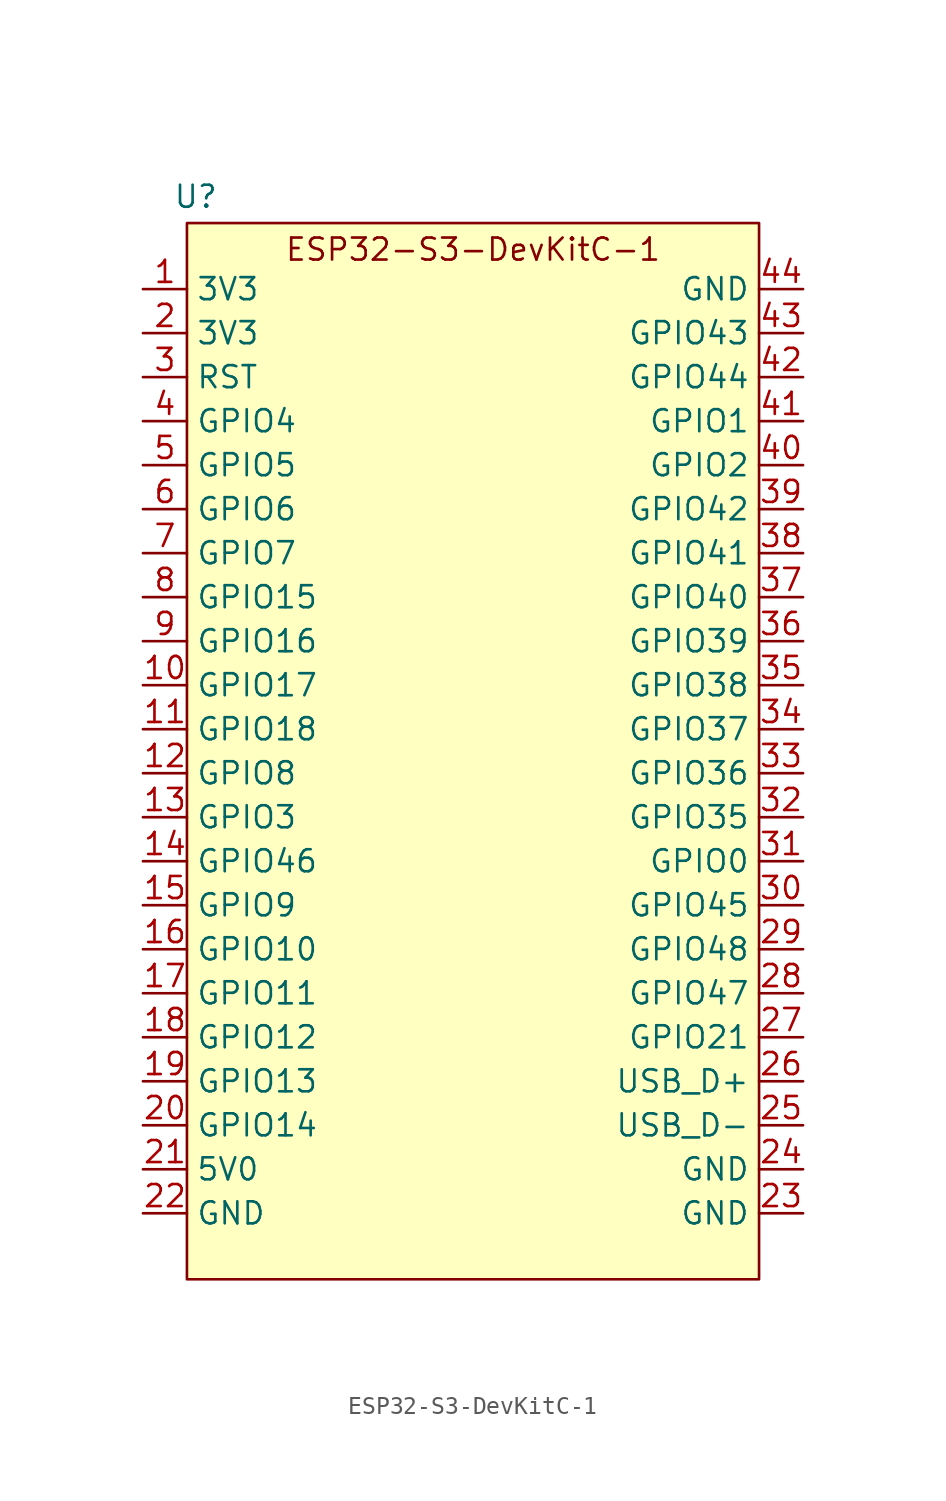
<source format=kicad_sym>
(kicad_symbol_lib
  (version 20231120)
  (generator "kicad_symbol_editor")
  (generator_version "8.0")
  (symbol "ESP32-S3-DevKitC-1"
    (property "Reference" "U"
      (at -16.002 26.924 0)
      (effects (font (size 1.27 1.27))))
    (property "Value" ""
      (at 0 26.67 0)
      (effects (font (size 1.27 1.27))))
    (symbol "ESP32-S3-DevKitC-1_1_1"
      (rectangle (start -16.51 25.4) (end 16.51 -35.56) (stroke (width 0) (type default)) (fill (type background)))
      (text "ESP32-S3-DevKitC-1" (at 0 23.876 0) (effects (font (size 1.27 1.27))))
      (pin power_in line (at -19.05 21.59 0) (length 2.54) (name "3V3" (effects (font (size 1.27 1.27)))) (number "1" (effects (font (size 1.27 1.27)))))
      (pin bidirectional line (at -19.05 -1.27 0) (length 2.54) (name "GPIO17" (effects (font (size 1.27 1.27)))) (number "10" (effects (font (size 1.27 1.27)))))
      (pin bidirectional line (at -19.05 -3.81 0) (length 2.54) (name "GPIO18" (effects (font (size 1.27 1.27)))) (number "11" (effects (font (size 1.27 1.27)))))
      (pin bidirectional line (at -19.05 -6.35 0) (length 2.54) (name "GPIO8" (effects (font (size 1.27 1.27)))) (number "12" (effects (font (size 1.27 1.27)))))
      (pin bidirectional line (at -19.05 -8.89 0) (length 2.54) (name "GPIO3" (effects (font (size 1.27 1.27)))) (number "13" (effects (font (size 1.27 1.27)))))
      (pin bidirectional line (at -19.05 -11.43 0) (length 2.54) (name "GPIO46" (effects (font (size 1.27 1.27)))) (number "14" (effects (font (size 1.27 1.27)))))
      (pin bidirectional line (at -19.05 -13.97 0) (length 2.54) (name "GPIO9" (effects (font (size 1.27 1.27)))) (number "15" (effects (font (size 1.27 1.27)))))
      (pin bidirectional line (at -19.05 -16.51 0) (length 2.54) (name "GPIO10" (effects (font (size 1.27 1.27)))) (number "16" (effects (font (size 1.27 1.27)))))
      (pin bidirectional line (at -19.05 -19.05 0) (length 2.54) (name "GPIO11" (effects (font (size 1.27 1.27)))) (number "17" (effects (font (size 1.27 1.27)))))
      (pin bidirectional line (at -19.05 -21.59 0) (length 2.54) (name "GPIO12" (effects (font (size 1.27 1.27)))) (number "18" (effects (font (size 1.27 1.27)))))
      (pin bidirectional line (at -19.05 -24.13 0) (length 2.54) (name "GPIO13" (effects (font (size 1.27 1.27)))) (number "19" (effects (font (size 1.27 1.27)))))
      (pin power_in line (at -19.05 19.05 0) (length 2.54) (name "3V3" (effects (font (size 1.27 1.27)))) (number "2" (effects (font (size 1.27 1.27)))))
      (pin bidirectional line (at -19.05 -26.67 0) (length 2.54) (name "GPIO14" (effects (font (size 1.27 1.27)))) (number "20" (effects (font (size 1.27 1.27)))))
      (pin power_out line (at -19.05 -29.21 0) (length 2.54) (name "5V0" (effects (font (size 1.27 1.27)))) (number "21" (effects (font (size 1.27 1.27)))))
      (pin power_in line (at -19.05 -31.75 0) (length 2.54) (name "GND" (effects (font (size 1.27 1.27)))) (number "22" (effects (font (size 1.27 1.27)))))
      (pin power_in line (at 19.05 -31.75 180) (length 2.54) (name "GND" (effects (font (size 1.27 1.27)))) (number "23" (effects (font (size 1.27 1.27)))))
      (pin power_in line (at 19.05 -29.21 180) (length 2.54) (name "GND" (effects (font (size 1.27 1.27)))) (number "24" (effects (font (size 1.27 1.27)))))
      (pin bidirectional line (at 19.05 -26.67 180) (length 2.54) (name "USB_D-" (effects (font (size 1.27 1.27)))) (number "25" (effects (font (size 1.27 1.27)))))
      (pin bidirectional line (at 19.05 -24.13 180) (length 2.54) (name "USB_D+" (effects (font (size 1.27 1.27)))) (number "26" (effects (font (size 1.27 1.27)))))
      (pin bidirectional line (at 19.05 -21.59 180) (length 2.54) (name "GPIO21" (effects (font (size 1.27 1.27)))) (number "27" (effects (font (size 1.27 1.27)))))
      (pin bidirectional line (at 19.05 -19.05 180) (length 2.54) (name "GPIO47" (effects (font (size 1.27 1.27)))) (number "28" (effects (font (size 1.27 1.27)))))
      (pin bidirectional line (at 19.05 -16.51 180) (length 2.54) (name "GPIO48" (effects (font (size 1.27 1.27)))) (number "29" (effects (font (size 1.27 1.27)))))
      (pin bidirectional line (at -19.05 16.51 0) (length 2.54) (name "RST" (effects (font (size 1.27 1.27)))) (number "3" (effects (font (size 1.27 1.27)))))
      (pin bidirectional line (at 19.05 -13.97 180) (length 2.54) (name "GPIO45" (effects (font (size 1.27 1.27)))) (number "30" (effects (font (size 1.27 1.27)))))
      (pin bidirectional line (at 19.05 -11.43 180) (length 2.54) (name "GPIO0" (effects (font (size 1.27 1.27)))) (number "31" (effects (font (size 1.27 1.27)))))
      (pin power_in line (at 19.05 -8.89 180) (length 2.54) (name "GPIO35" (effects (font (size 1.27 1.27)))) (number "32" (effects (font (size 1.27 1.27)))))
      (pin bidirectional line (at 19.05 -6.35 180) (length 2.54) (name "GPIO36" (effects (font (size 1.27 1.27)))) (number "33" (effects (font (size 1.27 1.27)))))
      (pin bidirectional line (at 19.05 -3.81 180) (length 2.54) (name "GPIO37" (effects (font (size 1.27 1.27)))) (number "34" (effects (font (size 1.27 1.27)))))
      (pin bidirectional line (at 19.05 -1.27 180) (length 2.54) (name "GPIO38" (effects (font (size 1.27 1.27)))) (number "35" (effects (font (size 1.27 1.27)))))
      (pin bidirectional line (at 19.05 1.27 180) (length 2.54) (name "GPIO39" (effects (font (size 1.27 1.27)))) (number "36" (effects (font (size 1.27 1.27)))))
      (pin bidirectional line (at 19.05 3.81 180) (length 2.54) (name "GPIO40" (effects (font (size 1.27 1.27)))) (number "37" (effects (font (size 1.27 1.27)))))
      (pin bidirectional line (at 19.05 6.35 180) (length 2.54) (name "GPIO41" (effects (font (size 1.27 1.27)))) (number "38" (effects (font (size 1.27 1.27)))))
      (pin bidirectional line (at 19.05 8.89 180) (length 2.54) (name "GPIO42" (effects (font (size 1.27 1.27)))) (number "39" (effects (font (size 1.27 1.27)))))
      (pin bidirectional line (at -19.05 13.97 0) (length 2.54) (name "GPIO4" (effects (font (size 1.27 1.27)))) (number "4" (effects (font (size 1.27 1.27)))))
      (pin bidirectional line (at 19.05 11.43 180) (length 2.54) (name "GPIO2" (effects (font (size 1.27 1.27)))) (number "40" (effects (font (size 1.27 1.27)))))
      (pin bidirectional line (at 19.05 13.97 180) (length 2.54) (name "GPIO1" (effects (font (size 1.27 1.27)))) (number "41" (effects (font (size 1.27 1.27)))))
      (pin bidirectional line (at 19.05 16.51 180) (length 2.54) (name "GPIO44" (effects (font (size 1.27 1.27)))) (number "42" (effects (font (size 1.27 1.27)))))
      (pin bidirectional line (at 19.05 19.05 180) (length 2.54) (name "GPIO43" (effects (font (size 1.27 1.27)))) (number "43" (effects (font (size 1.27 1.27)))))
      (pin power_in line (at 19.05 21.59 180) (length 2.54) (name "GND" (effects (font (size 1.27 1.27)))) (number "44" (effects (font (size 1.27 1.27)))))
      (pin bidirectional line (at -19.05 11.43 0) (length 2.54) (name "GPIO5" (effects (font (size 1.27 1.27)))) (number "5" (effects (font (size 1.27 1.27)))))
      (pin bidirectional line (at -19.05 8.89 0) (length 2.54) (name "GPIO6" (effects (font (size 1.27 1.27)))) (number "6" (effects (font (size 1.27 1.27)))))
      (pin bidirectional line (at -19.05 6.35 0) (length 2.54) (name "GPIO7" (effects (font (size 1.27 1.27)))) (number "7" (effects (font (size 1.27 1.27)))))
      (pin bidirectional line (at -19.05 3.81 0) (length 2.54) (name "GPIO15" (effects (font (size 1.27 1.27)))) (number "8" (effects (font (size 1.27 1.27)))))
      (pin bidirectional line (at -19.05 1.27 0) (length 2.54) (name "GPIO16" (effects (font (size 1.27 1.27)))) (number "9" (effects (font (size 1.27 1.27))))))))
</source>
